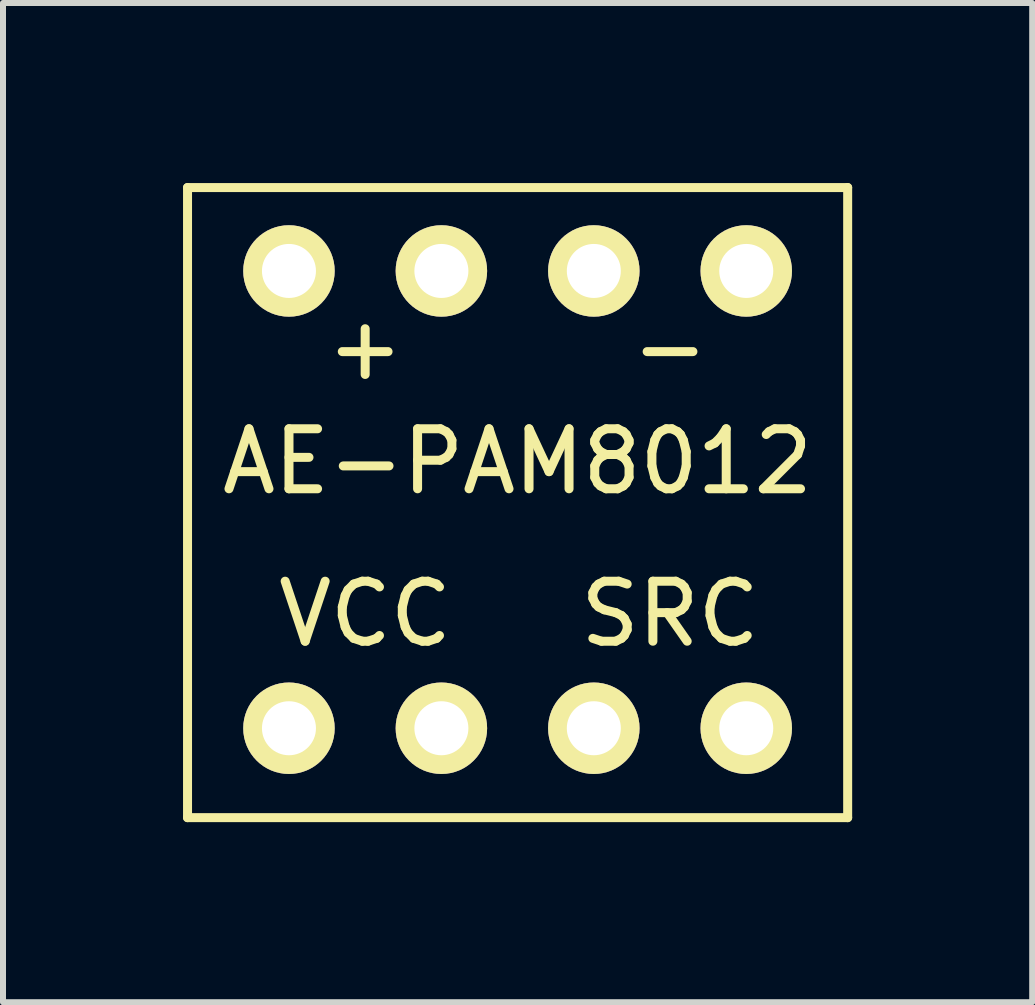
<source format=kicad_pcb>
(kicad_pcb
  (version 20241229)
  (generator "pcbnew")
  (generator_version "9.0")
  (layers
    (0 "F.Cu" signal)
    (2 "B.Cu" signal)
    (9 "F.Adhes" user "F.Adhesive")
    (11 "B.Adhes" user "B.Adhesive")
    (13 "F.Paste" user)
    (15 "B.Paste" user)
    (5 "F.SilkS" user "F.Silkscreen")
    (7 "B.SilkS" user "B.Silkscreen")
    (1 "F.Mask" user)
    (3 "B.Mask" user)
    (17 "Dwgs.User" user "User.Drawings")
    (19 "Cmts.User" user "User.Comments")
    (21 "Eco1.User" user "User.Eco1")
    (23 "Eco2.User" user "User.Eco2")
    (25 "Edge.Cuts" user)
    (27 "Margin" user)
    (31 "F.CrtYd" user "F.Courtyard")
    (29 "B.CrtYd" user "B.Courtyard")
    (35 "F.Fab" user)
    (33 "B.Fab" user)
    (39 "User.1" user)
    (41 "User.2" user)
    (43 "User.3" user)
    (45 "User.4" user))
  (footprint "AE-PAM8012"
    (layer "F.Cu")
    (at 5.575 5.275)
    (property "Reference" "AE-PAM8012" (at 0 -0.635 0) (layer "F.SilkS") (effects (font (size 1 1) (thickness 0.15))))
    (attr through_hole)
    (fp_line (start -5.5 -5.2) (end 5.5 -5.2) (stroke (width 0.15) (type solid)) (layer "F.SilkS"))
    (fp_line (start -5.5 5.3) (end -5.5 -5.2) (stroke (width 0.15) (type solid)) (layer "F.SilkS"))
    (fp_line (start 5.5 -5.2) (end 5.5 5.3) (stroke (width 0.15) (type solid)) (layer "F.SilkS"))
    (fp_line (start 5.5 5.3) (end -5.5 5.3) (stroke (width 0.15) (type solid)) (layer "F.SilkS"))
    (fp_text user "-" (at 2.54 -2.54 0) (layer "F.SilkS") (effects (font (size 1 1) (thickness 0.15))))
    (fp_text user "+" (at -2.54 -2.54 0) (layer "F.SilkS") (effects (font (size 1 1) (thickness 0.15))))
    (fp_text user "SRC" (at 2.54 1.905 0) (layer "F.SilkS") (effects (font (size 1 1) (thickness 0.15))))
    (fp_text user "VCC" (at -2.54 1.905 0) (layer "F.SilkS") (effects (font (size 1 1) (thickness 0.15))))
    (pad "1" thru_hole circle (at -3.81 3.81) (size 1.524 1.524) (drill 0.9) (layers "*.Cu" "*.Mask" "F.SilkS"))
    (pad "2" thru_hole circle (at -1.27 3.81) (size 1.524 1.524) (drill 0.9) (layers "*.Cu" "*.Mask" "F.SilkS"))
    (pad "3" thru_hole circle (at 1.27 3.81) (size 1.524 1.524) (drill 0.9) (layers "*.Cu" "*.Mask" "F.SilkS"))
    (pad "4" thru_hole circle (at 3.81 3.81) (size 1.524 1.524) (drill 0.9) (layers "*.Cu" "*.Mask" "F.SilkS"))
    (pad "5" thru_hole circle (at -3.81 -3.81) (size 1.524 1.524) (drill 0.9) (layers "*.Cu" "*.Mask" "F.SilkS"))
    (pad "6" thru_hole circle (at -1.27 -3.81) (size 1.524 1.524) (drill 0.9) (layers "*.Cu" "*.Mask" "F.SilkS"))
    (pad "7" thru_hole circle (at 1.27 -3.81) (size 1.524 1.524) (drill 0.9) (layers "*.Cu" "*.Mask" "F.SilkS"))
    (pad "8" thru_hole circle (at 3.81 -3.81) (size 1.524 1.524) (drill 0.9) (layers "*.Cu" "*.Mask" "F.SilkS")))
  (gr_rect
    (start -3 -3)
    (end 14.15 13.65)
    (stroke (width 0.1) (type default))
    (fill no)
    (layer "Edge.Cuts")))
</source>
